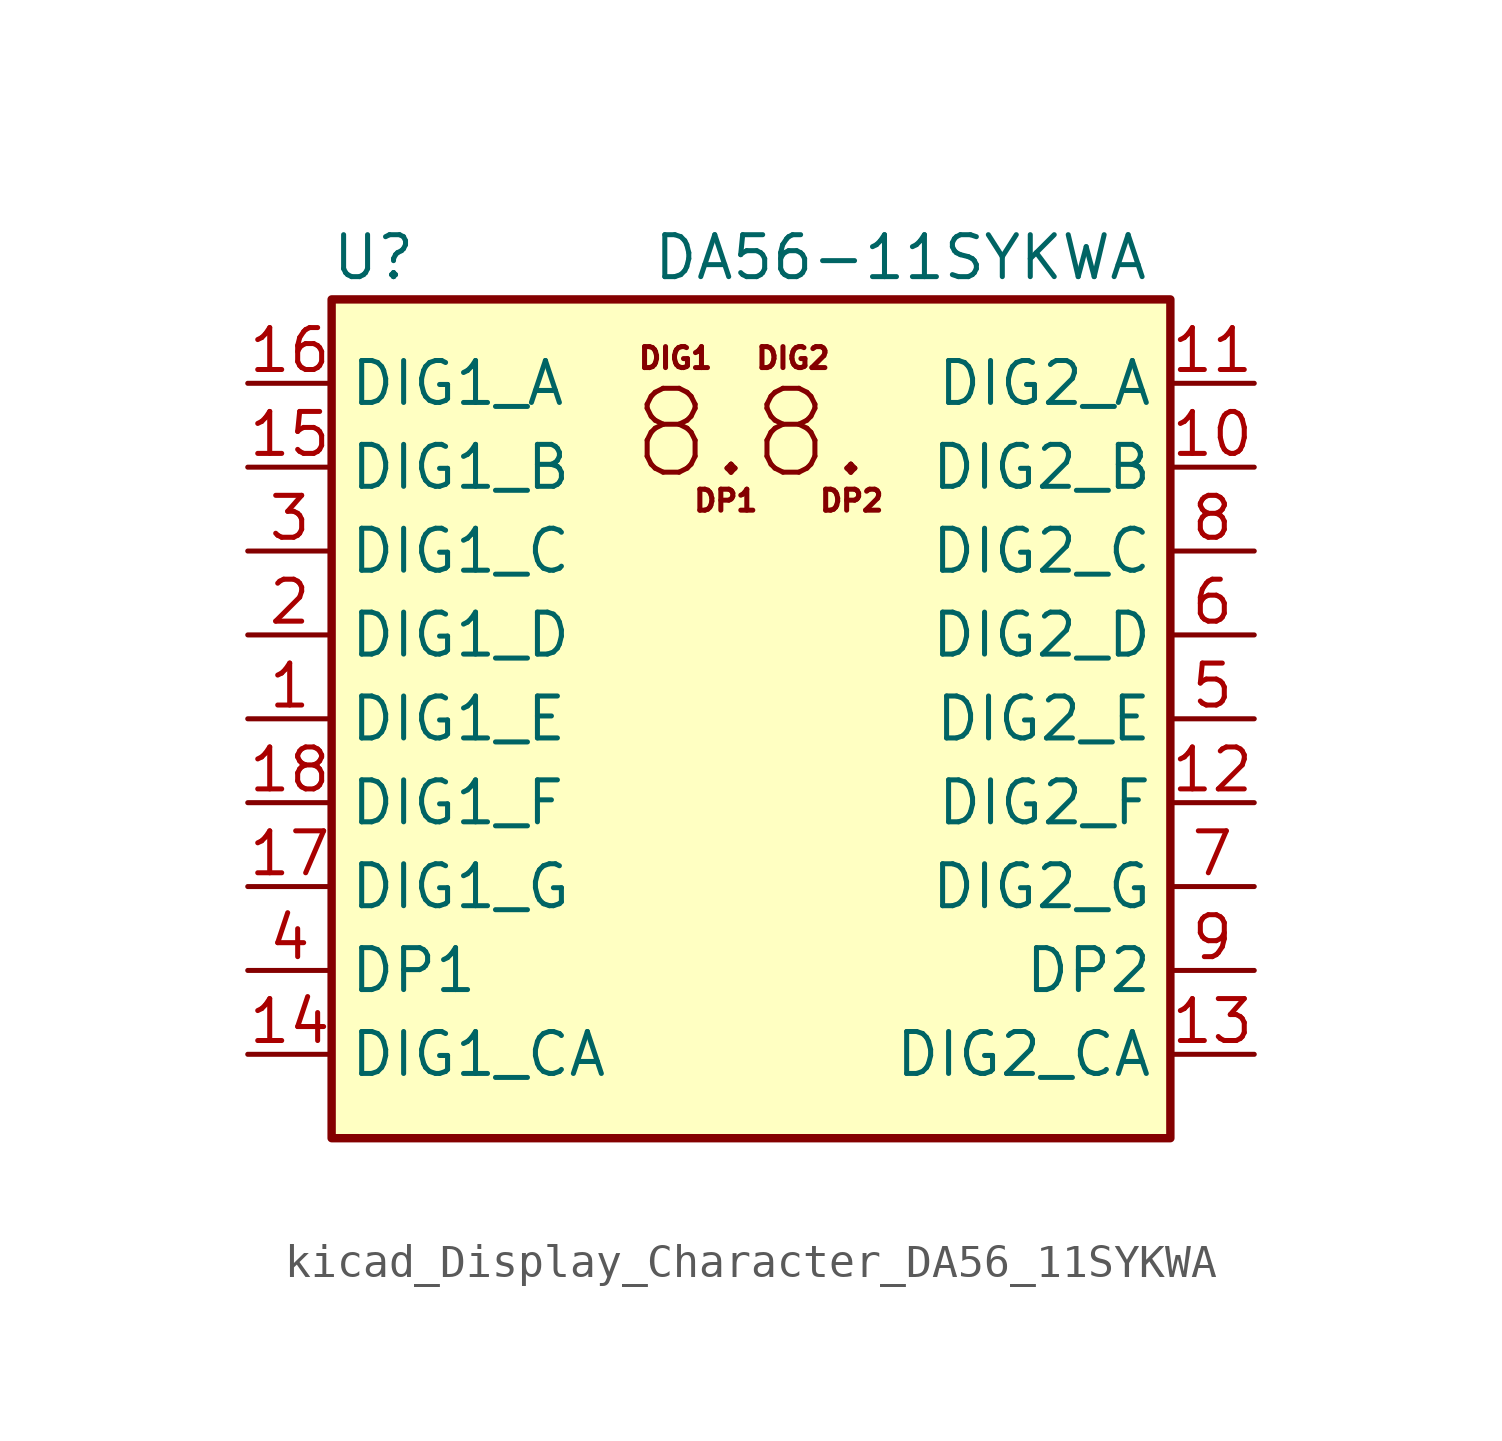
<source format=kicad_sym>
(kicad_symbol_lib
  (version 20220914)
  (generator kicad_symbol_editor)
  (symbol "kicad_Display_Character_DA56_11SYKWA"
    (property "Reference" "U"
      (at -11.43 13.97 0)
      (effects (font (size 1.27 1.27))))
    (property "Value" "DA56-11SYKWA"
      (at 12.065 13.97 0)
      (effects (font (size 1.27 1.27)) (justify right)))
    (symbol "kicad_Display_Character_DA56_11SYKWA_0_0"
      (text "8.8." (at 0 8.636 0) (effects (font (size 2.54 2.54))))
      (text "DIG1" (at -2.286 10.922 0) (effects (font (size 0.635 0.635))))
      (text "DIG2" (at 1.27 10.922 0) (effects (font (size 0.635 0.635))))
      (text "DP1" (at -0.762 6.604 0) (effects (font (size 0.635 0.635))))
      (text "DP2" (at 3.048 6.604 0) (effects (font (size 0.635 0.635)))))
    (symbol "kicad_Display_Character_DA56_11SYKWA_0_1"
      (rectangle (start -12.7 12.7) (end 12.7 -12.7) (stroke (width 0.254) (type default)) (fill (type background))))
    (symbol "kicad_Display_Character_DA56_11SYKWA_1_1"
      (pin input line (at -15.24 0 0) (length 2.54) (name "DIG1_E" (effects (font (size 1.27 1.27)))) (number "1" (effects (font (size 1.27 1.27)))))
      (pin input line (at 15.24 7.62 180) (length 2.54) (name "DIG2_B" (effects (font (size 1.27 1.27)))) (number "10" (effects (font (size 1.27 1.27)))))
      (pin input line (at 15.24 10.16 180) (length 2.54) (name "DIG2_A" (effects (font (size 1.27 1.27)))) (number "11" (effects (font (size 1.27 1.27)))))
      (pin input line (at 15.24 -2.54 180) (length 2.54) (name "DIG2_F" (effects (font (size 1.27 1.27)))) (number "12" (effects (font (size 1.27 1.27)))))
      (pin input line (at 15.24 -10.16 180) (length 2.54) (name "DIG2_CA" (effects (font (size 1.27 1.27)))) (number "13" (effects (font (size 1.27 1.27)))))
      (pin input line (at -15.24 -10.16 0) (length 2.54) (name "DIG1_CA" (effects (font (size 1.27 1.27)))) (number "14" (effects (font (size 1.27 1.27)))))
      (pin input line (at -15.24 7.62 0) (length 2.54) (name "DIG1_B" (effects (font (size 1.27 1.27)))) (number "15" (effects (font (size 1.27 1.27)))))
      (pin input line (at -15.24 10.16 0) (length 2.54) (name "DIG1_A" (effects (font (size 1.27 1.27)))) (number "16" (effects (font (size 1.27 1.27)))))
      (pin input line (at -15.24 -5.08 0) (length 2.54) (name "DIG1_G" (effects (font (size 1.27 1.27)))) (number "17" (effects (font (size 1.27 1.27)))))
      (pin input line (at -15.24 -2.54 0) (length 2.54) (name "DIG1_F" (effects (font (size 1.27 1.27)))) (number "18" (effects (font (size 1.27 1.27)))))
      (pin input line (at -15.24 2.54 0) (length 2.54) (name "DIG1_D" (effects (font (size 1.27 1.27)))) (number "2" (effects (font (size 1.27 1.27)))))
      (pin input line (at -15.24 5.08 0) (length 2.54) (name "DIG1_C" (effects (font (size 1.27 1.27)))) (number "3" (effects (font (size 1.27 1.27)))))
      (pin input line (at -15.24 -7.62 0) (length 2.54) (name "DP1" (effects (font (size 1.27 1.27)))) (number "4" (effects (font (size 1.27 1.27)))))
      (pin input line (at 15.24 0 180) (length 2.54) (name "DIG2_E" (effects (font (size 1.27 1.27)))) (number "5" (effects (font (size 1.27 1.27)))))
      (pin input line (at 15.24 2.54 180) (length 2.54) (name "DIG2_D" (effects (font (size 1.27 1.27)))) (number "6" (effects (font (size 1.27 1.27)))))
      (pin input line (at 15.24 -5.08 180) (length 2.54) (name "DIG2_G" (effects (font (size 1.27 1.27)))) (number "7" (effects (font (size 1.27 1.27)))))
      (pin input line (at 15.24 5.08 180) (length 2.54) (name "DIG2_C" (effects (font (size 1.27 1.27)))) (number "8" (effects (font (size 1.27 1.27)))))
      (pin input line (at 15.24 -7.62 180) (length 2.54) (name "DP2" (effects (font (size 1.27 1.27)))) (number "9" (effects (font (size 1.27 1.27))))))))
</source>
